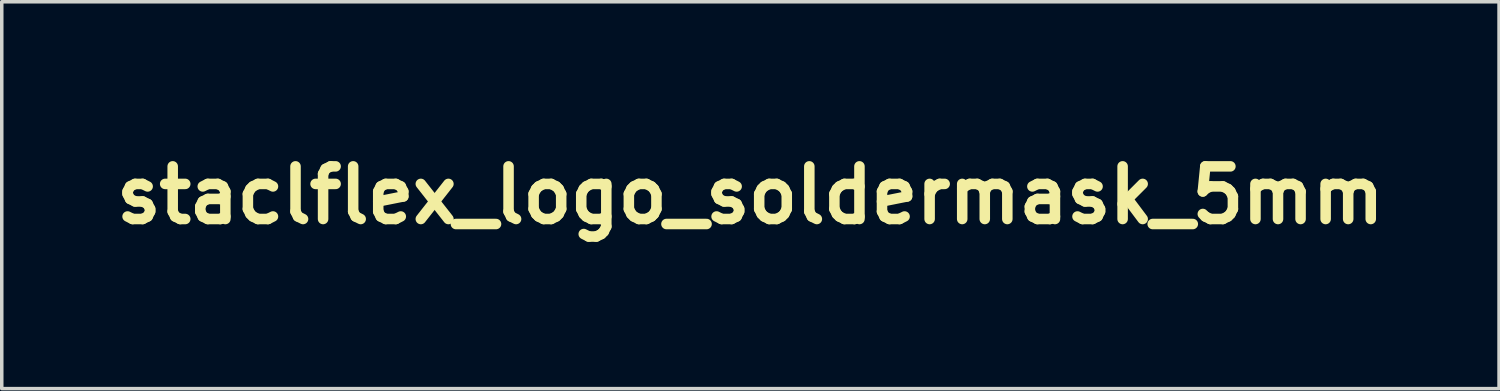
<source format=kicad_pcb>
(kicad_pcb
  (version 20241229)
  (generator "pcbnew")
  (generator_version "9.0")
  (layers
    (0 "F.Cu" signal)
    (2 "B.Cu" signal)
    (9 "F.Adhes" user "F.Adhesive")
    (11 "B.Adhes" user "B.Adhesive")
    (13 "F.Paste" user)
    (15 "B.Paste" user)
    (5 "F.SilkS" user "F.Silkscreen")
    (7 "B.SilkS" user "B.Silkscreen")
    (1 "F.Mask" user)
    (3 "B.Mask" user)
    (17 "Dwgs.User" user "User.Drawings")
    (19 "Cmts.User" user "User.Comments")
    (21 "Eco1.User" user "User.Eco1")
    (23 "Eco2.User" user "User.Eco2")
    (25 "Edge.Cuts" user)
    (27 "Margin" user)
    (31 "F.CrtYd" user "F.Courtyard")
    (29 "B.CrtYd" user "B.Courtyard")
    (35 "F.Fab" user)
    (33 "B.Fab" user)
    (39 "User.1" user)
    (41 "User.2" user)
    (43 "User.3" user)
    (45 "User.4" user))
  (footprint "staclflex_logo_soldermask_5mm"
    (layer "F.Cu")
    (at 18.336 2.513)
    (property "Reference" "staclflex_logo_soldermask_5mm" (at 0 0 0) (layer "F.SilkS") (effects (font (size 1.5 1.5) (thickness 0.3))))
    (attr board_only exclude_from_pos_files exclude_from_bom)
    (fp_poly (pts (xy -0.777 -2.088) (xy -0.777 -1.663) (xy -0.472 -1.663) (xy -0.167 -1.663) (xy -0.167 -2.088) (xy -0.167 -2.513) (xy -0.002 -2.513) (xy 0.163 -2.513) (xy 0.163 -2.088) (xy 0.163 -1.663) (xy 0.458 -1.663) (xy 0.752 -1.663) (xy 0.752 -2.082) (xy 0.752 -2.502) (xy 0.919 -2.502) (xy 1.086 -2.502) (xy 1.086 -2.083) (xy 1.086 -1.663) (xy 1.259 -1.662) (xy 1.301 -1.662) (xy 1.337 -1.661) (xy 1.366 -1.661) (xy 1.391 -1.66) (xy 1.411 -1.659) (xy 1.428 -1.658) (xy 1.442 -1.657) (xy 1.454 -1.654) (xy 1.465 -1.651) (xy 1.475 -1.648) (xy 1.485 -1.644) (xy 1.496 -1.638) (xy 1.506 -1.634) (xy 1.544 -1.612) (xy 1.579 -1.583) (xy 1.609 -1.55) (xy 1.633 -1.513) (xy 1.641 -1.498) (xy 1.648 -1.485) (xy 1.653 -1.473) (xy 1.657 -1.462) (xy 1.661 -1.451) (xy 1.663 -1.439) (xy 1.665 -1.425) (xy 1.667 -1.408) (xy 1.668 -1.388) (xy 1.668 -1.363) (xy 1.669 -1.333) (xy 1.669 -1.298) (xy 1.669 -1.285) (xy 1.671 -1.144) (xy 2.086 -1.144) (xy 2.502 -1.144) (xy 2.502 -0.979) (xy 2.502 -0.813) (xy 2.086 -0.813) (xy 1.67 -0.813) (xy 1.67 -0.492) (xy 1.67 -0.171) (xy 2.086 -0.171) (xy 2.502 -0.171) (xy 2.502 -0.005) (xy 2.502 0.16) (xy 2.086 0.16) (xy 1.67 0.16) (xy 1.67 0.481) (xy 1.67 0.802) (xy 2.086 0.802) (xy 2.502 0.802) (xy 2.502 0.97) (xy 2.502 1.137) (xy 2.086 1.137) (xy 1.671 1.137) (xy 1.669 1.283) (xy 1.669 1.321) (xy 1.669 1.354) (xy 1.668 1.381) (xy 1.667 1.403) (xy 1.666 1.421) (xy 1.664 1.436) (xy 1.662 1.448) (xy 1.659 1.46) (xy 1.655 1.471) (xy 1.651 1.482) (xy 1.645 1.494) (xy 1.641 1.502) (xy 1.619 1.54) (xy 1.591 1.575) (xy 1.558 1.605) (xy 1.521 1.63) (xy 1.506 1.638) (xy 1.493 1.643) (xy 1.482 1.648) (xy 1.472 1.653) (xy 1.462 1.656) (xy 1.451 1.659) (xy 1.439 1.661) (xy 1.424 1.662) (xy 1.406 1.663) (xy 1.385 1.664) (xy 1.359 1.665) (xy 1.328 1.665) (xy 1.29 1.666) (xy 1.261 1.666) (xy 1.089 1.667) (xy 1.089 2.09) (xy 1.089 2.513) (xy 0.924 2.513) (xy 0.759 2.513) (xy 0.759 2.09) (xy 0.759 1.667) (xy 0.461 1.667) (xy 0.163 1.667) (xy 0.163 2.09) (xy 0.163 2.513) (xy -0.002 2.513) (xy -0.167 2.513) (xy -0.167 2.09) (xy -0.167 1.667) (xy -0.468 1.667) (xy -0.77 1.667) (xy -0.77 2.084) (xy -0.77 2.502) (xy -0.935 2.502) (xy -1.1 2.502) (xy -1.1 2.084) (xy -1.1 1.667) (xy -1.261 1.666) (xy -1.301 1.665) (xy -1.335 1.665) (xy -1.364 1.665) (xy -1.387 1.664) (xy -1.406 1.663) (xy -1.422 1.661) (xy -1.436 1.659) (xy -1.447 1.657) (xy -1.458 1.654) (xy -1.468 1.65) (xy -1.479 1.645) (xy -1.492 1.639) (xy -1.495 1.638) (xy -1.533 1.615) (xy -1.568 1.587) (xy -1.598 1.554) (xy -1.622 1.517) (xy -1.63 1.502) (xy -1.637 1.489) (xy -1.642 1.477) (xy -1.646 1.466) (xy -1.649 1.455) (xy -1.652 1.444) (xy -1.654 1.43) (xy -1.656 1.414) (xy -1.657 1.394) (xy -1.657 1.371) (xy -1.658 1.342) (xy -1.658 1.307) (xy -1.658 1.281) (xy -1.66 1.133) (xy -2.079 1.133) (xy -2.498 1.133) (xy -2.498 0.968) (xy -2.498 0.802) (xy -2.079 0.802) (xy -1.659 0.802) (xy -1.659 0.968) (xy -1.659 1.133) (xy -1.235 1.133) (xy -1.167 1.133) (xy -1.106 1.133) (xy -1.052 1.133) (xy -1.005 1.133) (xy -0.963 1.132) (xy -0.927 1.132) (xy -0.897 1.132) (xy -0.871 1.132) (xy -0.851 1.131) (xy -0.835 1.131) (xy -0.823 1.13) (xy -0.815 1.13) (xy -0.811 1.129) (xy -0.81 1.129) (xy -0.809 1.126) (xy -0.805 1.129) (xy -0.803 1.129) (xy -0.799 1.126) (xy -0.793 1.121) (xy -0.784 1.113) (xy -0.771 1.102) (xy -0.755 1.087) (xy -0.736 1.068) (xy -0.712 1.044) (xy -0.684 1.016) (xy -0.659 0.992) (xy -0.517 0.85) (xy -0.496 0.854) (xy -0.476 0.856) (xy -0.452 0.856) (xy -0.426 0.854) (xy -0.401 0.851) (xy -0.385 0.848) (xy -0.361 0.84) (xy -0.334 0.829) (xy -0.307 0.814) (xy -0.281 0.798) (xy -0.262 0.784) (xy -0.246 0.77) (xy -0.236 0.76) (xy -0.23 0.753) (xy -0.229 0.748) (xy -0.231 0.745) (xy -0.237 0.741) (xy -0.248 0.733) (xy -0.261 0.722) (xy -0.27 0.715) (xy -0.275 0.711) (xy -0.285 0.702) (xy -0.3 0.689) (xy -0.318 0.673) (xy -0.339 0.654) (xy -0.363 0.632) (xy -0.389 0.609) (xy -0.416 0.584) (xy -0.444 0.559) (xy -0.473 0.533) (xy -0.502 0.507) (xy -0.529 0.482) (xy -0.556 0.457) (xy -0.581 0.435) (xy -0.603 0.414) (xy -0.623 0.397) (xy -0.639 0.382) (xy -0.651 0.371) (xy -0.658 0.364) (xy -0.658 0.364) (xy -0.683 0.34) (xy -0.69 0.349) (xy -0.718 0.388) (xy -0.74 0.431) (xy -0.755 0.475) (xy -0.761 0.499) (xy -0.765 0.528) (xy -0.766 0.553) (xy -0.764 0.579) (xy -0.762 0.598) (xy -0.758 0.625) (xy -0.846 0.714) (xy -0.935 0.802) (xy -1.297 0.802) (xy -1.659 0.802) (xy -1.659 0.481) (xy -1.659 0.16) (xy -2.079 0.16) (xy -2.498 0.16) (xy -2.498 -0.005) (xy -2.498 -0.171) (xy -2.079 -0.171) (xy -1.659 -0.171) (xy -1.659 -0.399) (xy -1.027 -0.399) (xy -1.024 -0.333) (xy -1.014 -0.266) (xy -0.997 -0.197) (xy -0.974 -0.127) (xy -0.945 -0.057) (xy -0.909 0.015) (xy -0.867 0.087) (xy -0.819 0.16) (xy -0.764 0.233) (xy -0.726 0.279) (xy -0.714 0.294) (xy -0.702 0.307) (xy -0.693 0.318) (xy -0.688 0.325) (xy -0.686 0.326) (xy -0.684 0.329) (xy -0.68 0.329) (xy -0.675 0.327) (xy -0.666 0.321) (xy -0.654 0.311) (xy -0.654 0.311) (xy -0.63 0.294) (xy -0.602 0.278) (xy -0.573 0.264) (xy -0.545 0.254) (xy -0.539 0.252) (xy -0.517 0.248) (xy -0.491 0.245) (xy -0.462 0.244) (xy -0.434 0.245) (xy -0.408 0.247) (xy -0.399 0.249) (xy -0.354 0.261) (xy -0.313 0.28) (xy -0.275 0.305) (xy -0.241 0.335) (xy -0.212 0.37) (xy -0.188 0.409) (xy -0.17 0.452) (xy -0.161 0.482) (xy -0.158 0.501) (xy -0.156 0.525) (xy -0.155 0.55) (xy -0.155 0.576) (xy -0.157 0.598) (xy -0.159 0.612) (xy -0.169 0.646) (xy -0.184 0.681) (xy -0.201 0.713) (xy -0.203 0.717) (xy -0.221 0.744) (xy -0.16 0.787) (xy -0.128 0.81) (xy -0.099 0.831) (xy -0.071 0.849) (xy -0.047 0.865) (xy -0.027 0.879) (xy -0.011 0.889) (xy 0.001 0.895) (xy 0.008 0.898) (xy 0.009 0.898) (xy 0.013 0.895) (xy 0.022 0.889) (xy 0.035 0.881) (xy 0.051 0.87) (xy 0.062 0.863) (xy 0.165 0.792) (xy 0.263 0.72) (xy 0.356 0.647) (xy 0.444 0.573) (xy 0.527 0.499) (xy 0.604 0.424) (xy 0.676 0.349) (xy 0.741 0.274) (xy 0.801 0.199) (xy 0.854 0.125) (xy 0.9 0.051) (xy 0.939 -0.022) (xy 0.964 -0.074) (xy 0.991 -0.145) (xy 1.013 -0.214) (xy 1.027 -0.282) (xy 1.036 -0.347) (xy 1.037 -0.411) (xy 1.033 -0.473) (xy 1.022 -0.532) (xy 1.004 -0.588) (xy 0.98 -0.642) (xy 0.95 -0.692) (xy 0.949 -0.694) (xy 0.913 -0.738) (xy 0.873 -0.777) (xy 0.828 -0.811) (xy 0.778 -0.84) (xy 0.726 -0.863) (xy 0.67 -0.879) (xy 0.652 -0.883) (xy 0.627 -0.887) (xy 0.597 -0.889) (xy 0.566 -0.89) (xy 0.535 -0.89) (xy 0.507 -0.888) (xy 0.492 -0.886) (xy 0.432 -0.873) (xy 0.373 -0.853) (xy 0.318 -0.826) (xy 0.265 -0.793) (xy 0.216 -0.753) (xy 0.169 -0.707) (xy 0.125 -0.654) (xy 0.093 -0.608) (xy 0.081 -0.589) (xy 0.067 -0.564) (xy 0.053 -0.537) (xy 0.039 -0.51) (xy 0.027 -0.483) (xy 0.022 -0.47) (xy 0.015 -0.455) (xy 0.01 -0.443) (xy 0.007 -0.435) (xy 0.005 -0.433) (xy 0.004 -0.435) (xy 0.001 -0.443) (xy -0.002 -0.449) (xy -0.008 -0.464) (xy -0.016 -0.483) (xy -0.027 -0.505) (xy -0.039 -0.529) (xy -0.05 -0.552) (xy -0.062 -0.574) (xy -0.072 -0.592) (xy -0.078 -0.603) (xy -0.118 -0.659) (xy -0.161 -0.71) (xy -0.208 -0.756) (xy -0.257 -0.794) (xy -0.308 -0.827) (xy -0.362 -0.853) (xy -0.417 -0.872) (xy -0.423 -0.873) (xy -0.453 -0.881) (xy -0.48 -0.886) (xy -0.507 -0.889) (xy -0.537 -0.89) (xy -0.556 -0.89) (xy -0.614 -0.886) (xy -0.67 -0.876) (xy -0.724 -0.859) (xy -0.775 -0.836) (xy -0.822 -0.808) (xy -0.865 -0.774) (xy -0.905 -0.735) (xy -0.939 -0.692) (xy -0.968 -0.644) (xy -0.992 -0.592) (xy -1.01 -0.536) (xy -1.012 -0.525) (xy -1.023 -0.463) (xy -1.027 -0.399) (xy -1.659 -0.399) (xy -1.659 -0.494) (xy -1.659 -0.817) (xy -2.079 -0.817) (xy -2.498 -0.817) (xy -2.498 -0.982) (xy -2.498 -1.147) (xy -2.079 -1.147) (xy -1.66 -1.147) (xy -1.658 -1.286) (xy -1.658 -1.324) (xy -1.658 -1.356) (xy -1.657 -1.382) (xy -1.656 -1.403) (xy -1.655 -1.421) (xy -1.653 -1.435) (xy -1.65 -1.448) (xy -1.647 -1.459) (xy -1.643 -1.47) (xy -1.638 -1.482) (xy -1.632 -1.495) (xy -1.63 -1.498) (xy -1.608 -1.537) (xy -1.58 -1.571) (xy -1.547 -1.601) (xy -1.51 -1.626) (xy -1.495 -1.634) (xy -1.482 -1.64) (xy -1.471 -1.645) (xy -1.46 -1.649) (xy -1.449 -1.653) (xy -1.438 -1.655) (xy -1.425 -1.657) (xy -1.409 -1.659) (xy -1.391 -1.66) (xy -1.368 -1.661) (xy -1.34 -1.661) (xy -1.307 -1.662) (xy -1.267 -1.662) (xy -1.265 -1.662) (xy -1.108 -1.663) (xy -1.108 -2.088) (xy -1.108 -2.513) (xy -0.942 -2.513) (xy -0.777 -2.513)) (stroke (width 0) (type solid)) (fill yes) (layer "F.Mask")))
  (gr_rect
    (start -3 -3)
    (end 39.671 8.026)
    (stroke (width 0.1) (type default))
    (fill no)
    (layer "Edge.Cuts")))
</source>
